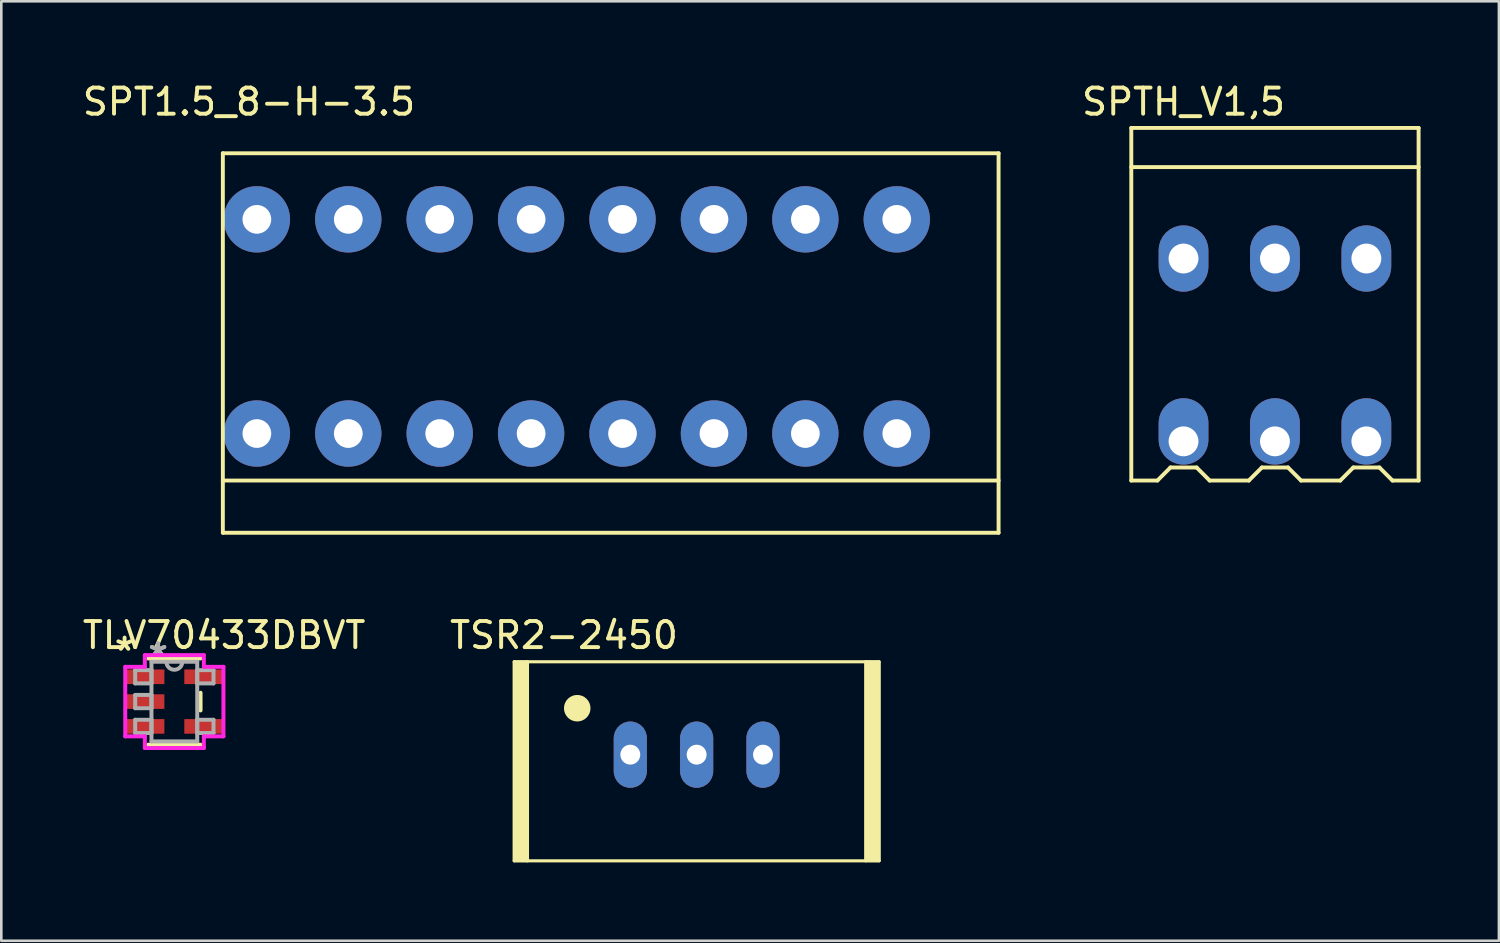
<source format=kicad_pcb>
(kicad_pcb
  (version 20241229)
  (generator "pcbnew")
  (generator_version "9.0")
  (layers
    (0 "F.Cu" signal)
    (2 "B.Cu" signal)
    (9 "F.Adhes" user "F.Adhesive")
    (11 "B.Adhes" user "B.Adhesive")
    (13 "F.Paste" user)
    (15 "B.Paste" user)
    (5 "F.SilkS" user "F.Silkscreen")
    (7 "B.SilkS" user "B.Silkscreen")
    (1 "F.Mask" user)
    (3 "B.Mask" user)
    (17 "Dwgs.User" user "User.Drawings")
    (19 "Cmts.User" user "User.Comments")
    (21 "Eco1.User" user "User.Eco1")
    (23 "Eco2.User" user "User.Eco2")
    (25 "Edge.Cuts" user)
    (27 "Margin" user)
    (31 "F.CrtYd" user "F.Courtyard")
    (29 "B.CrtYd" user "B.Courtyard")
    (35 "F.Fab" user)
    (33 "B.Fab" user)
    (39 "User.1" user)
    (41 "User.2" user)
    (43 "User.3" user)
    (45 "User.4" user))
  (footprint "SPT1.5_8-H-3.5"
    (layer "F.Cu")
    (at 20.482 9.848)
    (property "Reference" "SPT1.5_8-H-3.5" (at -14 -9 0) (layer "F.SilkS") (effects (font (size 1 1) (thickness 0.15))))
    (attr through_hole)
    (fp_line (start -15 -7.03) (end 14.7 -7.03) (stroke (width 0.15) (type solid)) (layer "F.SilkS"))
    (fp_line (start -15 5.5) (end 14.7 5.5) (stroke (width 0.15) (type solid)) (layer "F.SilkS"))
    (fp_line (start -15 7.5) (end -15 -7.03) (stroke (width 0.15) (type solid)) (layer "F.SilkS"))
    (fp_line (start 14.7 -7.03) (end 14.7 7.5) (stroke (width 0.15) (type solid)) (layer "F.SilkS"))
    (fp_line (start 14.7 7.5) (end -14.998 7.5) (stroke (width 0.15) (type solid)) (layer "F.SilkS"))
    (pad "1" thru_hole circle (at -13.698 -4.5 180) (size 2.54 2.54) (drill 1.1) (layers "*.Cu" "*.Mask"))
    (pad "1" thru_hole circle (at -13.698 3.7 180) (size 2.54 2.54) (drill 1.1) (layers "*.Cu" "*.Mask"))
    (pad "2" thru_hole circle (at -10.198 -4.5 180) (size 2.54 2.54) (drill 1.1) (layers "*.Cu" "*.Mask"))
    (pad "2" thru_hole circle (at -10.198 3.7 180) (size 2.54 2.54) (drill 1.1) (layers "*.Cu" "*.Mask"))
    (pad "3" thru_hole circle (at -6.698 -4.5 180) (size 2.54 2.54) (drill 1.1) (layers "*.Cu" "*.Mask"))
    (pad "3" thru_hole circle (at -6.698 3.7 180) (size 2.54 2.54) (drill 1.1) (layers "*.Cu" "*.Mask"))
    (pad "4" thru_hole circle (at -3.198 -4.5 180) (size 2.54 2.54) (drill 1.1) (layers "*.Cu" "*.Mask"))
    (pad "4" thru_hole circle (at -3.198 3.7 180) (size 2.54 2.54) (drill 1.1) (layers "*.Cu" "*.Mask"))
    (pad "5" thru_hole circle (at 0.302 -4.5 180) (size 2.54 2.54) (drill 1.1) (layers "*.Cu" "*.Mask"))
    (pad "5" thru_hole circle (at 0.302 3.7 180) (size 2.54 2.54) (drill 1.1) (layers "*.Cu" "*.Mask"))
    (pad "6" thru_hole circle (at 3.802 -4.5 180) (size 2.54 2.54) (drill 1.1) (layers "*.Cu" "*.Mask"))
    (pad "6" thru_hole circle (at 3.802 3.7 180) (size 2.54 2.54) (drill 1.1) (layers "*.Cu" "*.Mask"))
    (pad "7" thru_hole circle (at 7.302 -4.5 180) (size 2.54 2.54) (drill 1.1) (layers "*.Cu" "*.Mask"))
    (pad "7" thru_hole circle (at 7.302 3.7 180) (size 2.54 2.54) (drill 1.1) (layers "*.Cu" "*.Mask"))
    (pad "8" thru_hole circle (at 10.802 -4.5 180) (size 2.54 2.54) (drill 1.1) (layers "*.Cu" "*.Mask"))
    (pad "8" thru_hole circle (at 10.802 3.7 180) (size 2.54 2.54) (drill 1.1) (layers "*.Cu" "*.Mask")))
  (footprint "TLV70433DBVT"
    (layer "F.Cu")
    (at 3.625 23.811)
    (property "Reference" "TLV70433DBVT" (at 1.905 -2.54 0) (layer "F.SilkS") (effects (font (size 1 1) (thickness 0.15))))
    (attr smd)
    (fp_line (start -1.003 1.651) (end 1.003 1.651) (stroke (width 0.152) (type solid)) (layer "F.SilkS"))
    (fp_line (start 1.003 -1.651) (end -1.003 -1.651) (stroke (width 0.152) (type solid)) (layer "F.SilkS"))
    (fp_line (start 1.003 0.338) (end 1.003 -0.338) (stroke (width 0.152) (type solid)) (layer "F.SilkS"))
    (fp_line (start -1.88 -1.331) (end -1.13 -1.331) (stroke (width 0.152) (type solid)) (layer "F.CrtYd"))
    (fp_line (start -1.88 1.331) (end -1.88 -1.331) (stroke (width 0.152) (type solid)) (layer "F.CrtYd"))
    (fp_line (start -1.13 -1.778) (end 1.13 -1.778) (stroke (width 0.152) (type solid)) (layer "F.CrtYd"))
    (fp_line (start -1.13 -1.331) (end -1.13 -1.778) (stroke (width 0.152) (type solid)) (layer "F.CrtYd"))
    (fp_line (start -1.13 1.331) (end -1.88 1.331) (stroke (width 0.152) (type solid)) (layer "F.CrtYd"))
    (fp_line (start -1.13 1.778) (end -1.13 1.331) (stroke (width 0.152) (type solid)) (layer "F.CrtYd"))
    (fp_line (start 1.13 -1.778) (end 1.13 -1.331) (stroke (width 0.152) (type solid)) (layer "F.CrtYd"))
    (fp_line (start 1.13 -1.331) (end 1.88 -1.331) (stroke (width 0.152) (type solid)) (layer "F.CrtYd"))
    (fp_line (start 1.13 1.331) (end 1.13 1.778) (stroke (width 0.152) (type solid)) (layer "F.CrtYd"))
    (fp_line (start 1.13 1.778) (end -1.13 1.778) (stroke (width 0.152) (type solid)) (layer "F.CrtYd"))
    (fp_line (start 1.88 -1.331) (end 1.88 1.331) (stroke (width 0.152) (type solid)) (layer "F.CrtYd"))
    (fp_line (start 1.88 1.331) (end 1.13 1.331) (stroke (width 0.152) (type solid)) (layer "F.CrtYd"))
    (fp_line (start -1.499 -1.204) (end -1.499 -0.696) (stroke (width 0.152) (type solid)) (layer "F.Fab"))
    (fp_line (start -1.499 -0.696) (end -0.876 -0.696) (stroke (width 0.152) (type solid)) (layer "F.Fab"))
    (fp_line (start -1.499 -0.254) (end -1.499 0.254) (stroke (width 0.152) (type solid)) (layer "F.Fab"))
    (fp_line (start -1.499 0.254) (end -0.876 0.254) (stroke (width 0.152) (type solid)) (layer "F.Fab"))
    (fp_line (start -1.499 0.696) (end -1.499 1.204) (stroke (width 0.152) (type solid)) (layer "F.Fab"))
    (fp_line (start -1.499 1.204) (end -0.876 1.204) (stroke (width 0.152) (type solid)) (layer "F.Fab"))
    (fp_line (start -0.876 -1.524) (end -0.876 1.524) (stroke (width 0.152) (type solid)) (layer "F.Fab"))
    (fp_line (start -0.876 -1.204) (end -1.499 -1.204) (stroke (width 0.152) (type solid)) (layer "F.Fab"))
    (fp_line (start -0.876 -0.696) (end -0.876 -1.204) (stroke (width 0.152) (type solid)) (layer "F.Fab"))
    (fp_line (start -0.876 -0.254) (end -1.499 -0.254) (stroke (width 0.152) (type solid)) (layer "F.Fab"))
    (fp_line (start -0.876 0.254) (end -0.876 -0.254) (stroke (width 0.152) (type solid)) (layer "F.Fab"))
    (fp_line (start -0.876 0.696) (end -1.499 0.696) (stroke (width 0.152) (type solid)) (layer "F.Fab"))
    (fp_line (start -0.876 1.204) (end -0.876 0.696) (stroke (width 0.152) (type solid)) (layer "F.Fab"))
    (fp_line (start -0.876 1.524) (end 0.876 1.524) (stroke (width 0.152) (type solid)) (layer "F.Fab"))
    (fp_line (start 0.876 -1.524) (end -0.876 -1.524) (stroke (width 0.152) (type solid)) (layer "F.Fab"))
    (fp_line (start 0.876 -1.204) (end 0.876 -0.696) (stroke (width 0.152) (type solid)) (layer "F.Fab"))
    (fp_line (start 0.876 -0.696) (end 1.499 -0.696) (stroke (width 0.152) (type solid)) (layer "F.Fab"))
    (fp_line (start 0.876 0.696) (end 0.876 1.204) (stroke (width 0.152) (type solid)) (layer "F.Fab"))
    (fp_line (start 0.876 1.204) (end 1.499 1.204) (stroke (width 0.152) (type solid)) (layer "F.Fab"))
    (fp_line (start 0.876 1.524) (end 0.876 -1.524) (stroke (width 0.152) (type solid)) (layer "F.Fab"))
    (fp_line (start 1.499 -1.204) (end 0.876 -1.204) (stroke (width 0.152) (type solid)) (layer "F.Fab"))
    (fp_line (start 1.499 -0.696) (end 1.499 -1.204) (stroke (width 0.152) (type solid)) (layer "F.Fab"))
    (fp_line (start 1.499 0.696) (end 0.876 0.696) (stroke (width 0.152) (type solid)) (layer "F.Fab"))
    (fp_line (start 1.499 1.204) (end 1.499 0.696) (stroke (width 0.152) (type solid)) (layer "F.Fab"))
    (fp_arc (start 0.3048 -1.524) (mid 0 -1.2192) (end -0.3048 -1.524) (stroke (width 0.1524) (type solid)) (layer "F.Fab"))
    (fp_text user "*" (at -1.905 -1.905 0) (layer "F.SilkS") (effects (font (size 1 1) (thickness 0.15))))
    (fp_text user "*" (at -0.622 -1.687 0) (layer "F.Fab") (effects (font (size 1 1) (thickness 0.15))))
    (fp_text user "*" (at -0.622 -1.687 0) (layer "F.Fab") (effects (font (size 1 1) (thickness 0.15))))
    (pad "1" smd rect (at -1.118 -0.95) (size 1.473 0.559) (layers "F.Cu" "F.Mask" "F.Paste"))
    (pad "1" smd rect (at 1.118 -0.95) (size 1.473 0.559) (layers "F.Cu" "F.Mask" "F.Paste"))
    (pad "1" smd rect (at 1.118 0.95) (size 1.473 0.559) (layers "F.Cu" "F.Mask" "F.Paste"))
    (pad "2" smd rect (at -1.118 0) (size 1.473 0.559) (layers "F.Cu" "F.Mask" "F.Paste"))
    (pad "3" smd rect (at -1.118 0.95) (size 1.473 0.559) (layers "F.Cu" "F.Mask" "F.Paste")))
  (footprint "TSR2-2450"
    (layer "F.Cu")
    (at 23.622 25.843)
    (property "Reference" "TSR2-2450" (at -5.08 -4.572 0) (layer "F.SilkS") (effects (font (size 1 1) (thickness 0.15))))
    (attr through_hole)
    (fp_line (start -6.985 -3.556) (end 6.985 -3.556) (stroke (width 0.12) (type solid)) (layer "F.SilkS"))
    (fp_line (start -6.985 4.064) (end -6.985 -3.556) (stroke (width 0.12) (type solid)) (layer "F.SilkS"))
    (fp_line (start -6.477 -3.556) (end -6.477 4.064) (stroke (width 0.12) (type solid)) (layer "F.SilkS"))
    (fp_line (start 6.477 -3.556) (end 6.477 4.064) (stroke (width 0.12) (type solid)) (layer "F.SilkS"))
    (fp_line (start 6.985 -3.556) (end 6.985 4.064) (stroke (width 0.12) (type solid)) (layer "F.SilkS"))
    (fp_line (start 6.985 4.064) (end -6.985 4.064) (stroke (width 0.12) (type solid)) (layer "F.SilkS"))
    (fp_circle (center -4.572 -1.778) (end -4.318 -1.778) (stroke (width 0.508) (type solid)) (fill no) (layer "F.SilkS"))
    (fp_poly (pts (xy -6.477 4.064) (xy -6.985 4.064) (xy -6.985 -3.556) (xy -6.477 -3.556)) (stroke (width 0.1) (type solid)) (fill yes) (layer "F.SilkS"))
    (fp_poly (pts (xy 6.985 4.064) (xy 6.477 4.064) (xy 6.477 -3.556) (xy 6.985 -3.556)) (stroke (width 0.1) (type solid)) (fill yes) (layer "F.SilkS"))
    (pad "1" thru_hole roundrect (at -2.54 0) (size 1.27 2.54) (drill 0.762) (layers "*.Cu" "*.Mask") (roundrect_rratio 0.5))
    (pad "2" thru_hole roundrect (at 0 0) (size 1.27 2.54) (drill 0.762) (layers "*.Cu" "*.Mask") (roundrect_rratio 0.5))
    (pad "3" thru_hole roundrect (at 2.54 0) (size 1.27 2.54) (drill 0.762) (layers "*.Cu" "*.Mask") (roundrect_rratio 0.5)))
  (footprint "SPTH_V1,5"
    (layer "F.Cu")
    (at 45.763 13.848)
    (property "Reference" "SPTH_V1,5" (at -3.5 -13 0) (layer "F.SilkS") (effects (font (size 1 1) (thickness 0.15))))
    (attr through_hole)
    (fp_line (start -5.5 -12) (end 5.5 -12) (stroke (width 0.15) (type solid)) (layer "F.SilkS"))
    (fp_line (start -5.5 -10.5) (end 5.5 -10.5) (stroke (width 0.15) (type solid)) (layer "F.SilkS"))
    (fp_line (start -5.5 1.5) (end -5.5 -12) (stroke (width 0.15) (type solid)) (layer "F.SilkS"))
    (fp_line (start -4.5 1.5) (end -5.5 1.5) (stroke (width 0.15) (type solid)) (layer "F.SilkS"))
    (fp_line (start -4 1) (end -4.5 1.5) (stroke (width 0.15) (type solid)) (layer "F.SilkS"))
    (fp_line (start -3 1) (end -4 1) (stroke (width 0.15) (type solid)) (layer "F.SilkS"))
    (fp_line (start -2.5 1.5) (end -3 1) (stroke (width 0.15) (type solid)) (layer "F.SilkS"))
    (fp_line (start -1 1.5) (end -2.5 1.5) (stroke (width 0.15) (type solid)) (layer "F.SilkS"))
    (fp_line (start -0.5 1) (end -1 1.5) (stroke (width 0.15) (type solid)) (layer "F.SilkS"))
    (fp_line (start 0.5 1) (end -0.5 1) (stroke (width 0.15) (type solid)) (layer "F.SilkS"))
    (fp_line (start 1 1.5) (end 0.5 1) (stroke (width 0.15) (type solid)) (layer "F.SilkS"))
    (fp_line (start 2.5 1.5) (end 1 1.5) (stroke (width 0.15) (type solid)) (layer "F.SilkS"))
    (fp_line (start 3 1) (end 2.5 1.5) (stroke (width 0.15) (type solid)) (layer "F.SilkS"))
    (fp_line (start 4 1) (end 3 1) (stroke (width 0.15) (type solid)) (layer "F.SilkS"))
    (fp_line (start 4.5 1.5) (end 4 1) (stroke (width 0.15) (type solid)) (layer "F.SilkS"))
    (fp_line (start 5.5 -12) (end 5.5 1.5) (stroke (width 0.15) (type solid)) (layer "F.SilkS"))
    (fp_line (start 5.5 1.5) (end 4.5 1.5) (stroke (width 0.15) (type solid)) (layer "F.SilkS"))
    (pad "1" thru_hole roundrect (at -3.5 -7) (size 1.905 2.54) (drill 1.143) (layers "*.Cu" "*.Mask") (roundrect_rratio 0.5))
    (pad "1" thru_hole oval (at -3.5 0) (size 1.905 2.54) (drill 1.143 (offset 0 -0.381)) (layers "*.Cu" "*.Mask"))
    (pad "2" thru_hole roundrect (at 0 -7) (size 1.905 2.54) (drill 1.143) (layers "*.Cu" "*.Mask") (roundrect_rratio 0.5))
    (pad "2" thru_hole oval (at 0 0) (size 1.905 2.54) (drill 1.143 (offset 0 -0.381)) (layers "*.Cu" "*.Mask"))
    (pad "3" thru_hole roundrect (at 3.5 -7) (size 1.905 2.54) (drill 1.143) (layers "*.Cu" "*.Mask") (roundrect_rratio 0.5))
    (pad "3" thru_hole oval (at 3.5 0) (size 1.905 2.54) (drill 1.143 (offset 0 -0.381)) (layers "*.Cu" "*.Mask")))
  (gr_rect
    (start -3 -3)
    (end 54.338 32.968)
    (stroke (width 0.1) (type default))
    (fill no)
    (layer "Edge.Cuts")))
</source>
